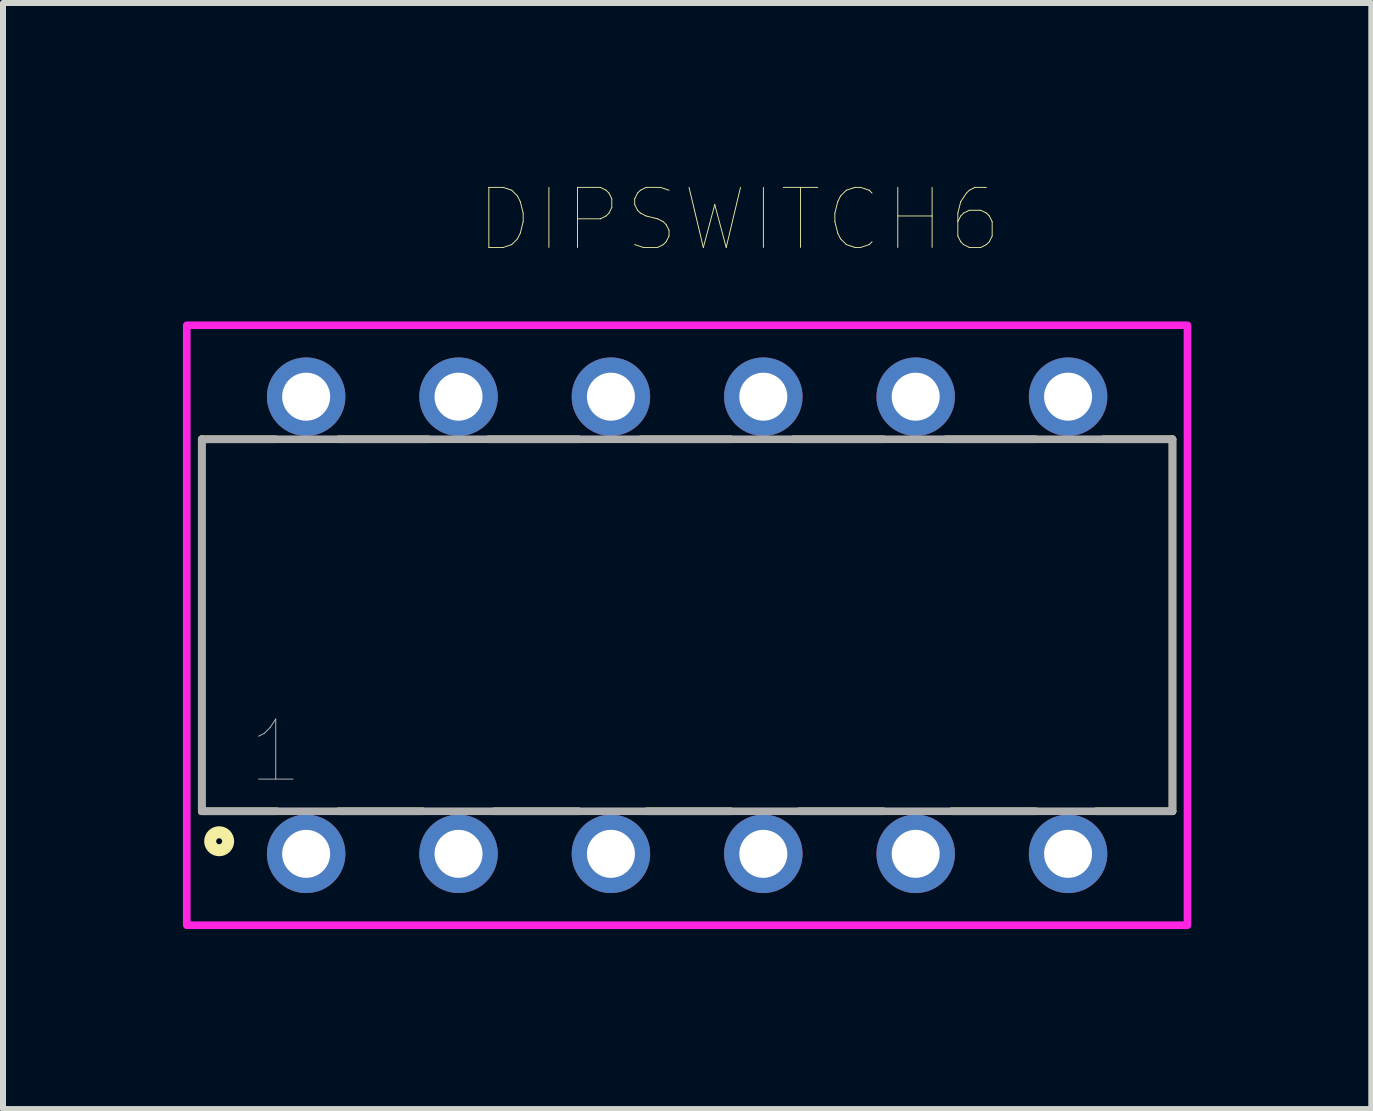
<source format=kicad_pcb>
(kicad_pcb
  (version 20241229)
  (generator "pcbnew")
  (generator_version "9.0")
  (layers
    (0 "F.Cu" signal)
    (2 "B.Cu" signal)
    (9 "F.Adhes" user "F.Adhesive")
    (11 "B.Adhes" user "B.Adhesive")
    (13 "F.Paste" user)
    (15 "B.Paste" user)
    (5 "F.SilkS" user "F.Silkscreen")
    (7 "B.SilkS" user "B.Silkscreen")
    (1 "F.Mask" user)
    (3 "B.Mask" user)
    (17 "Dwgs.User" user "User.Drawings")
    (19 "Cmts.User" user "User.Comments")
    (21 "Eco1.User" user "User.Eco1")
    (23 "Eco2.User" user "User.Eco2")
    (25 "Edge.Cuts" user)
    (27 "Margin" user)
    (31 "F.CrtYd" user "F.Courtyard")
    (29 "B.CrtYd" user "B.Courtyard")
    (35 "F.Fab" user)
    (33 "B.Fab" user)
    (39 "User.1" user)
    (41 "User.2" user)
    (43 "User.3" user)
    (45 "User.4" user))
  (footprint "DIPSWITCH6"
    (layer "F.Cu")
    (at 8.403 7.372)
    (property "Reference" "DIPSWITCH6" (at 0.866 -6.76 0) (layer "F.SilkS") (effects (font (size 1.001 1.001) (thickness 0.015))))
    (attr through_hole)
    (fp_line (start -8.09 -3.1) (end -8.09 3.1) (stroke (width 0.127) (type solid)) (layer "F.SilkS"))
    (fp_line (start -8.09 3.1) (end -6.84 3.1) (stroke (width 0.127) (type solid)) (layer "F.SilkS"))
    (fp_line (start -6.86 -3.1) (end -8.09 -3.1) (stroke (width 0.127) (type solid)) (layer "F.SilkS"))
    (fp_line (start -5.81 -3.1) (end -4.31 -3.1) (stroke (width 0.127) (type solid)) (layer "F.SilkS"))
    (fp_line (start -5.81 3.1) (end -4.41 3.1) (stroke (width 0.127) (type solid)) (layer "F.SilkS"))
    (fp_line (start -3.31 -3.1) (end -1.81 -3.1) (stroke (width 0.127) (type solid)) (layer "F.SilkS"))
    (fp_line (start -3.21 3.1) (end -1.81 3.1) (stroke (width 0.127) (type solid)) (layer "F.SilkS"))
    (fp_line (start -0.77 -3.1) (end 0.73 -3.1) (stroke (width 0.127) (type solid)) (layer "F.SilkS"))
    (fp_line (start -0.67 3.1) (end 0.73 3.1) (stroke (width 0.127) (type solid)) (layer "F.SilkS"))
    (fp_line (start 1.77 -3.1) (end 3.27 -3.1) (stroke (width 0.127) (type solid)) (layer "F.SilkS"))
    (fp_line (start 1.87 3.1) (end 3.27 3.1) (stroke (width 0.127) (type solid)) (layer "F.SilkS"))
    (fp_line (start 4.31 -3.1) (end 5.81 -3.1) (stroke (width 0.127) (type solid)) (layer "F.SilkS"))
    (fp_line (start 4.41 3.1) (end 5.81 3.1) (stroke (width 0.127) (type solid)) (layer "F.SilkS"))
    (fp_line (start 6.94 -3.1) (end 8.09 -3.1) (stroke (width 0.127) (type solid)) (layer "F.SilkS"))
    (fp_line (start 8.09 -3.1) (end 8.09 3.1) (stroke (width 0.127) (type solid)) (layer "F.SilkS"))
    (fp_line (start 8.09 3.1) (end 6.82 3.1) (stroke (width 0.127) (type solid)) (layer "F.SilkS"))
    (fp_circle (center -7.8 3.6) (end -7.75 3.6) (stroke (width 0.2) (type solid)) (fill no) (layer "F.SilkS"))
    (fp_poly (pts (xy 8.34 -5) (xy 8.34 5) (xy -8.34 5) (xy -8.34 -5)) (stroke (width 0.127) (type solid)) (fill no) (layer "F.CrtYd"))
    (fp_line (start -8.09 -3.1) (end 8.09 -3.1) (stroke (width 0.127) (type solid)) (layer "F.Fab"))
    (fp_line (start -8.09 3.1) (end -8.09 -3.1) (stroke (width 0.127) (type solid)) (layer "F.Fab"))
    (fp_line (start 8.09 -3.1) (end 8.09 3.1) (stroke (width 0.127) (type solid)) (layer "F.Fab"))
    (fp_line (start 8.09 3.1) (end -8.09 3.1) (stroke (width 0.127) (type solid)) (layer "F.Fab"))
    (fp_text user "1" (at -6.857 2.102 0) (layer "Dwgs.User") (effects (font (size 1.001 1.001) (thickness 0.015))))
    (pad "1" thru_hole circle (at -6.35 3.81) (size 1.308 1.308) (drill 0.8) (layers "*.Cu" "*.Mask"))
    (pad "2" thru_hole circle (at -3.81 3.81) (size 1.308 1.308) (drill 0.8) (layers "*.Cu" "*.Mask"))
    (pad "3" thru_hole circle (at -1.27 3.81) (size 1.308 1.308) (drill 0.8) (layers "*.Cu" "*.Mask"))
    (pad "4" thru_hole circle (at 1.27 3.81) (size 1.308 1.308) (drill 0.8) (layers "*.Cu" "*.Mask"))
    (pad "5" thru_hole circle (at 3.81 3.81) (size 1.308 1.308) (drill 0.8) (layers "*.Cu" "*.Mask"))
    (pad "6" thru_hole circle (at 6.35 3.81) (size 1.308 1.308) (drill 0.8) (layers "*.Cu" "*.Mask"))
    (pad "A1" thru_hole circle (at -6.35 -3.81) (size 1.308 1.308) (drill 0.8) (layers "*.Cu" "*.Mask"))
    (pad "A2" thru_hole circle (at -3.81 -3.81) (size 1.308 1.308) (drill 0.8) (layers "*.Cu" "*.Mask"))
    (pad "A3" thru_hole circle (at -1.27 -3.81) (size 1.308 1.308) (drill 0.8) (layers "*.Cu" "*.Mask"))
    (pad "A4" thru_hole circle (at 1.27 -3.81) (size 1.308 1.308) (drill 0.8) (layers "*.Cu" "*.Mask"))
    (pad "A5" thru_hole circle (at 3.81 -3.81) (size 1.308 1.308) (drill 0.8) (layers "*.Cu" "*.Mask"))
    (pad "A6" thru_hole circle (at 6.35 -3.81) (size 1.308 1.308) (drill 0.8) (layers "*.Cu" "*.Mask")))
  (gr_rect
    (start -3 -3)
    (end 19.807 15.436)
    (stroke (width 0.1) (type default))
    (fill no)
    (layer "Edge.Cuts")))
</source>
